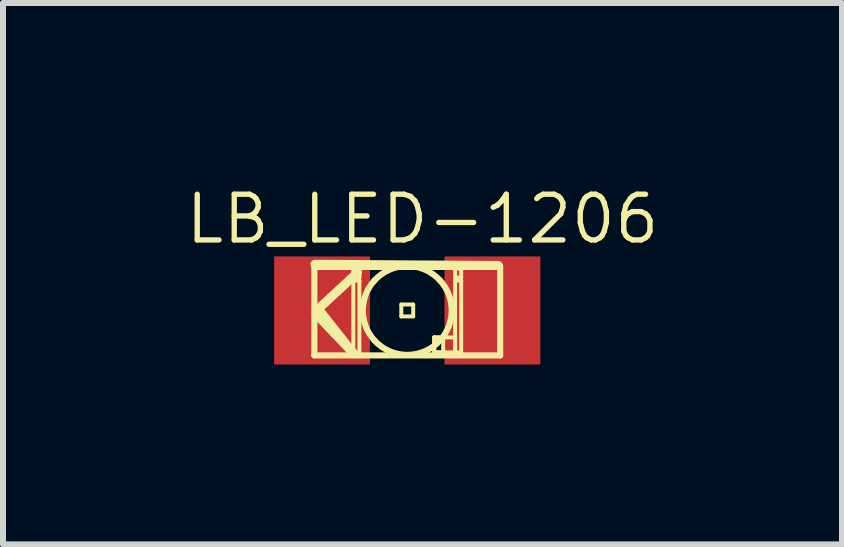
<source format=kicad_pcb>
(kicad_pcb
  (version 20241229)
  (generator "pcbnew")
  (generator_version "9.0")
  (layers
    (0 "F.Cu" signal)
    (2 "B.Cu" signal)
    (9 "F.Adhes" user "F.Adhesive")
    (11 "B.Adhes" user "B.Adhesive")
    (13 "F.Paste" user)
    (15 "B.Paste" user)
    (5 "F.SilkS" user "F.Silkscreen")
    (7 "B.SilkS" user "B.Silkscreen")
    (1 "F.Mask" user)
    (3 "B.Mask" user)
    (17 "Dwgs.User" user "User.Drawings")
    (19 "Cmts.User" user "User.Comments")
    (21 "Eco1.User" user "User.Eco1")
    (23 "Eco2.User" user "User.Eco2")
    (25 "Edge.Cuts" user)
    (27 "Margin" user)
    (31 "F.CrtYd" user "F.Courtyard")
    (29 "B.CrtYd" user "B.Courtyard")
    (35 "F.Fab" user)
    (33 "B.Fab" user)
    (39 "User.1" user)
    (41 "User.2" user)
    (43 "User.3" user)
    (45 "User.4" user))
  (footprint "LB_LED-1206"
    (layer "F.Cu")
    (at 3.74 2.126)
    (property "Reference" "LB_LED-1206" (at 0.254 -1.524 0) (layer "F.SilkS") (effects (font (size 0.762 0.762) (thickness 0.089))))
    (attr smd)
    (fp_line (start -1.549 0.749) (end -1.549 -0.749) (stroke (width 0.102) (type solid)) (layer "F.SilkS"))
    (fp_line (start -1.54 -0.77) (end 1.51 -0.75) (stroke (width 0.15) (type solid)) (layer "F.SilkS"))
    (fp_line (start -1.48 -0.02) (end -0.91 0.7) (stroke (width 0.15) (type solid)) (layer "F.SilkS"))
    (fp_line (start -0.91 0.7) (end -1.52 0.06) (stroke (width 0.15) (type solid)) (layer "F.SilkS"))
    (fp_line (start -0.899 -0.699) (end -0.798 -0.699) (stroke (width 0.066) (type solid)) (layer "F.SilkS"))
    (fp_line (start -0.899 -0.549) (end -0.899 -0.699) (stroke (width 0.066) (type solid)) (layer "F.SilkS"))
    (fp_line (start -0.899 -0.549) (end -0.798 -0.549) (stroke (width 0.066) (type solid)) (layer "F.SilkS"))
    (fp_line (start -0.899 -0.498) (end -0.798 -0.498) (stroke (width 0.066) (type solid)) (layer "F.SilkS"))
    (fp_line (start -0.899 0.699) (end -0.899 -0.498) (stroke (width 0.066) (type solid)) (layer "F.SilkS"))
    (fp_line (start -0.899 0.699) (end -0.798 0.699) (stroke (width 0.066) (type solid)) (layer "F.SilkS"))
    (fp_line (start -0.83 -0.63) (end -1.49 -0.02) (stroke (width 0.15) (type solid)) (layer "F.SilkS"))
    (fp_line (start -0.798 -0.549) (end -0.798 -0.699) (stroke (width 0.066) (type solid)) (layer "F.SilkS"))
    (fp_line (start -0.798 0.699) (end -0.798 -0.498) (stroke (width 0.066) (type solid)) (layer "F.SilkS"))
    (fp_line (start -0.099 -0.099) (end 0.099 -0.099) (stroke (width 0.066) (type solid)) (layer "F.SilkS"))
    (fp_line (start -0.099 0.099) (end -0.099 -0.099) (stroke (width 0.066) (type solid)) (layer "F.SilkS"))
    (fp_line (start -0.099 0.099) (end 0.099 0.099) (stroke (width 0.066) (type solid)) (layer "F.SilkS"))
    (fp_line (start 0.099 0.099) (end 0.099 -0.099) (stroke (width 0.066) (type solid)) (layer "F.SilkS"))
    (fp_line (start 0.45 0.45) (end 0.599 0.45) (stroke (width 0.066) (type solid)) (layer "F.SilkS"))
    (fp_line (start 0.45 0.45) (end 0.798 0.45) (stroke (width 0.066) (type solid)) (layer "F.SilkS"))
    (fp_line (start 0.45 0.699) (end 0.45 0.45) (stroke (width 0.066) (type solid)) (layer "F.SilkS"))
    (fp_line (start 0.45 0.699) (end 0.45 0.45) (stroke (width 0.066) (type solid)) (layer "F.SilkS"))
    (fp_line (start 0.45 0.699) (end 0.599 0.699) (stroke (width 0.066) (type solid)) (layer "F.SilkS"))
    (fp_line (start 0.45 0.699) (end 0.798 0.699) (stroke (width 0.066) (type solid)) (layer "F.SilkS"))
    (fp_line (start 0.599 0.699) (end 0.599 0.45) (stroke (width 0.066) (type solid)) (layer "F.SilkS"))
    (fp_line (start 0.798 -0.699) (end 0.899 -0.699) (stroke (width 0.066) (type solid)) (layer "F.SilkS"))
    (fp_line (start 0.798 -0.549) (end 0.798 -0.699) (stroke (width 0.066) (type solid)) (layer "F.SilkS"))
    (fp_line (start 0.798 -0.549) (end 0.899 -0.549) (stroke (width 0.066) (type solid)) (layer "F.SilkS"))
    (fp_line (start 0.798 -0.498) (end 0.899 -0.498) (stroke (width 0.066) (type solid)) (layer "F.SilkS"))
    (fp_line (start 0.798 0.699) (end 0.798 -0.498) (stroke (width 0.066) (type solid)) (layer "F.SilkS"))
    (fp_line (start 0.798 0.699) (end 0.798 0.45) (stroke (width 0.066) (type solid)) (layer "F.SilkS"))
    (fp_line (start 0.798 0.699) (end 0.899 0.699) (stroke (width 0.066) (type solid)) (layer "F.SilkS"))
    (fp_line (start 0.899 -0.549) (end 0.899 -0.699) (stroke (width 0.066) (type solid)) (layer "F.SilkS"))
    (fp_line (start 0.899 0.699) (end 0.899 -0.498) (stroke (width 0.066) (type solid)) (layer "F.SilkS"))
    (fp_line (start 1.51 -0.75) (end -1.53 -0.75) (stroke (width 0.15) (type solid)) (layer "F.SilkS"))
    (fp_line (start 1.549 -0.749) (end 1.549 0.749) (stroke (width 0.102) (type solid)) (layer "F.SilkS"))
    (fp_line (start 1.549 0.749) (end -1.549 0.749) (stroke (width 0.102) (type solid)) (layer "F.SilkS"))
    (fp_arc (start -0.54864 -0.49784) (mid -0.001024 -0.740844) (end 0.547262 -0.499354) (stroke (width 0.1016) (type solid)) (layer "F.SilkS"))
    (fp_arc (start -0.54864 0.49784) (mid -0.740844 -0.000377) (end -0.548133 -0.498398) (stroke (width 0.1016) (type solid)) (layer "F.SilkS"))
    (fp_arc (start 0.54864 -0.49784) (mid 0.740844 0.000377) (end 0.548133 0.498398) (stroke (width 0.1016) (type solid)) (layer "F.SilkS"))
    (fp_arc (start 0.54864 0.49784) (mid 0.001024 0.740844) (end -0.547262 0.499354) (stroke (width 0.1016) (type solid)) (layer "F.SilkS"))
    (pad "1" smd rect (at -1.42 0) (size 1.598 1.801) (layers "F.Cu" "F.Mask" "F.Paste"))
    (pad "2" smd rect (at 1.42 0) (size 1.598 1.801) (layers "F.Cu" "F.Mask" "F.Paste")))
  (gr_rect
    (start -3 -3)
    (end 10.988 6.026)
    (stroke (width 0.1) (type default))
    (fill no)
    (layer "Edge.Cuts")))
</source>
